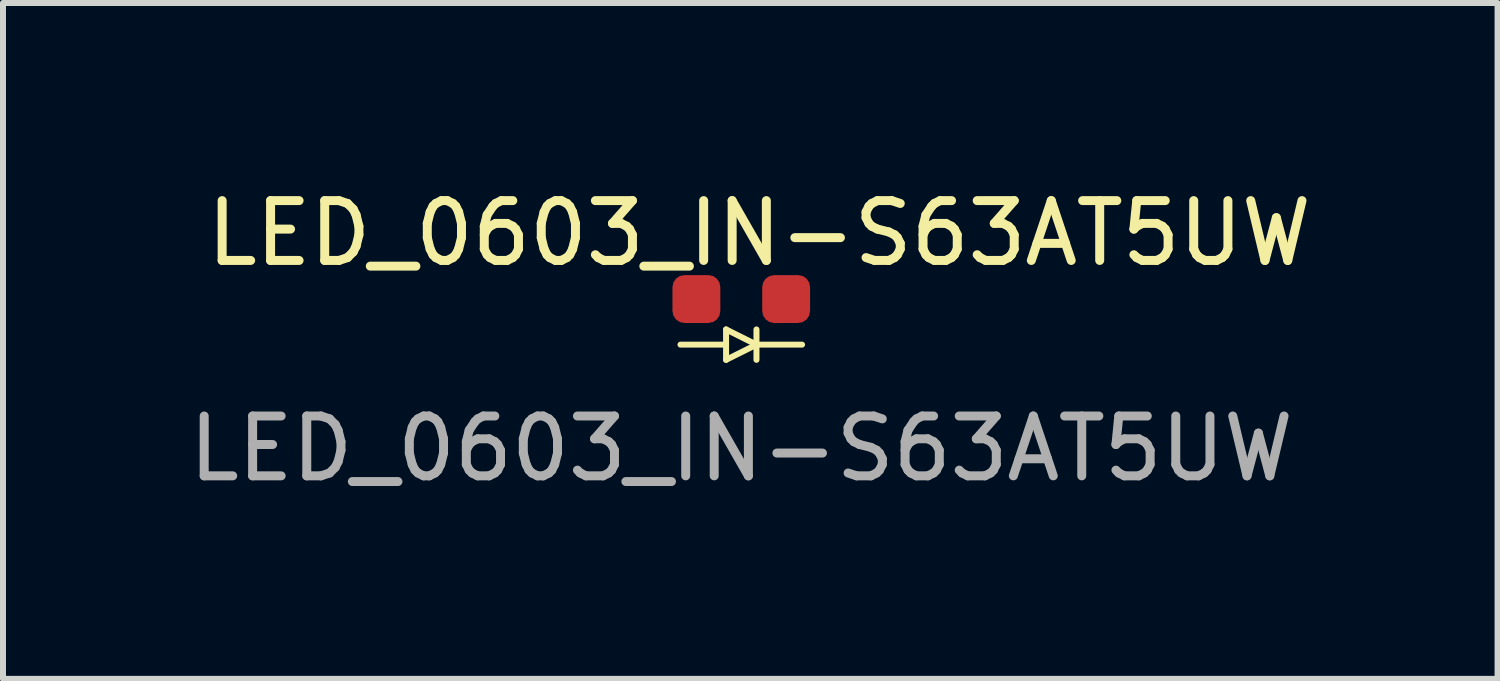
<source format=kicad_pcb>
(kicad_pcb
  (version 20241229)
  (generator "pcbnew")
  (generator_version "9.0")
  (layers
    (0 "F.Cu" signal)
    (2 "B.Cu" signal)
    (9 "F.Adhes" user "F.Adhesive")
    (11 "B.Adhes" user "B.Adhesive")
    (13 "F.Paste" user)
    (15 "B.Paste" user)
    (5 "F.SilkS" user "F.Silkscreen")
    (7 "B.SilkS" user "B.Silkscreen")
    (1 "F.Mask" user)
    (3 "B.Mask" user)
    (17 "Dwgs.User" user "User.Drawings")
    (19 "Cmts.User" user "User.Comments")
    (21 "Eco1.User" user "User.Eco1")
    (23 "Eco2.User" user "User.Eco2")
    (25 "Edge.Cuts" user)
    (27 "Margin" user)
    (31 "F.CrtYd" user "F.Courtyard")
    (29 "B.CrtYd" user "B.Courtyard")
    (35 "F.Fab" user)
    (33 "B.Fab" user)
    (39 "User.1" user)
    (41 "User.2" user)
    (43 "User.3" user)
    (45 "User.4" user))
  (footprint "LED_0603_IN-S63AT5UW"
    (layer "F.Cu")
    (at 9.339 1.948)
    (property "Reference" "LED_0603_IN-S63AT5UW" (at 0.3 -1.1 0) (unlocked yes) (layer "F.SilkS") (effects (font (size 1 1) (thickness 0.15))))
    (attr smd)
    (fp_line (start -1.016 0.762) (end -0.254 0.762) (stroke (width 0.1) (type default)) (layer "F.SilkS"))
    (fp_line (start -0.254 0.508) (end 0.254 0.762) (stroke (width 0.1) (type default)) (layer "F.SilkS"))
    (fp_line (start -0.254 0.762) (end -0.254 0.508) (stroke (width 0.1) (type default)) (layer "F.SilkS"))
    (fp_line (start -0.254 1.016) (end -0.254 0.762) (stroke (width 0.1) (type default)) (layer "F.SilkS"))
    (fp_line (start 0.254 0.508) (end 0.254 1.016) (stroke (width 0.1) (type default)) (layer "F.SilkS"))
    (fp_line (start 0.254 0.762) (end -0.254 1.016) (stroke (width 0.1) (type default)) (layer "F.SilkS"))
    (fp_line (start 0.254 0.762) (end 1.016 0.762) (stroke (width 0.1) (type default)) (layer "F.SilkS"))
    (fp_text user "${REFERENCE}" (at 0 2.5 0) (unlocked yes) (layer "F.Fab") (effects (font (size 1 1) (thickness 0.15))))
    (pad "1" smd roundrect (at -0.75 0) (size 0.8 0.8) (layers "F.Cu" "F.Mask" "F.Paste") (roundrect_rratio 0.25))
    (pad "2" smd roundrect (at 0.75 0) (size 0.8 0.8) (layers "F.Cu" "F.Mask" "F.Paste") (roundrect_rratio 0.25)))
  (gr_rect
    (start -3 -3)
    (end 21.979 8.296)
    (stroke (width 0.1) (type default))
    (fill no)
    (layer "Edge.Cuts")))
</source>
